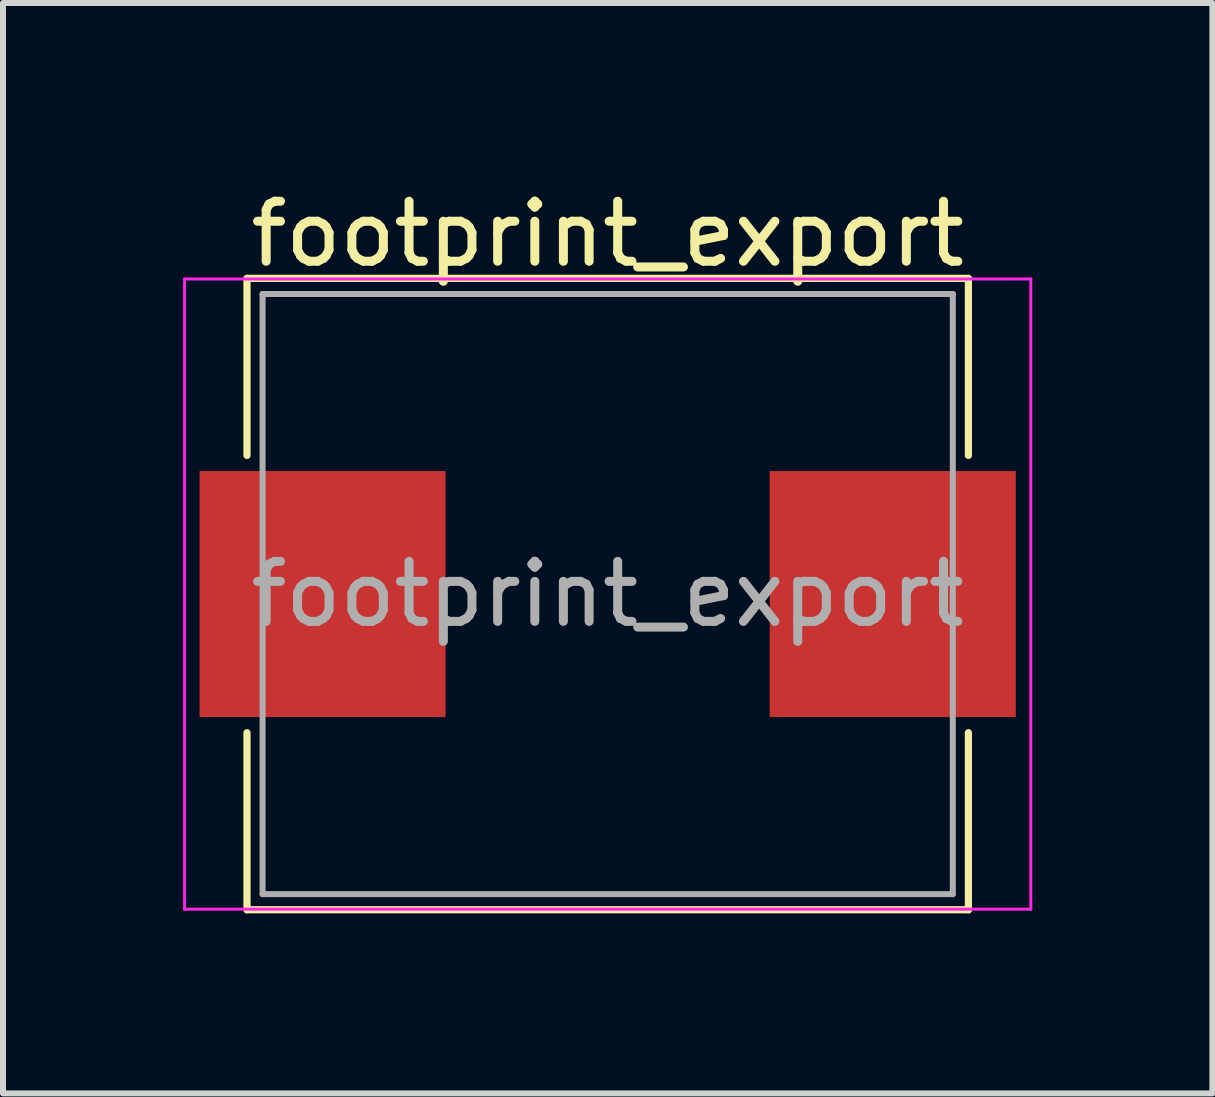
<source format=kicad_pcb>
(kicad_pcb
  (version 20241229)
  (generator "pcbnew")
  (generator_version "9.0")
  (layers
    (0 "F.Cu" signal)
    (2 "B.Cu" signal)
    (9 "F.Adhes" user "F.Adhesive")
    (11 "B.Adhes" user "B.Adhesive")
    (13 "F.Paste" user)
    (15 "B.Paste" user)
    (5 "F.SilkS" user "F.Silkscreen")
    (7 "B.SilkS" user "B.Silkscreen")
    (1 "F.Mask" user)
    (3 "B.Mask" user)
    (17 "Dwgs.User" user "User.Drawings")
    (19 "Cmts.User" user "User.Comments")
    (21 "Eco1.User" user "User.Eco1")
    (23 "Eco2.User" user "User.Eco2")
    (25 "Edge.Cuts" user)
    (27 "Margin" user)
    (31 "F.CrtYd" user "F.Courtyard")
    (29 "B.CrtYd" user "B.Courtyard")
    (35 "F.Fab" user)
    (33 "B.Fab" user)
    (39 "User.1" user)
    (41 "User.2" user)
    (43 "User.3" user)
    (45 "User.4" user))
  (footprint "footprint_export"
    (layer "F.Cu")
    (at 7.075 6.848)
    (property "Reference" "footprint_export" (at 0 -6 0) (layer "F.SilkS") (effects (font (size 1 1) (thickness 0.15))))
    (attr smd)
    (fp_line (start -6.01 -5.26) (end -6.01 -2.31) (stroke (width 0.12) (type solid)) (layer "F.SilkS"))
    (fp_line (start -6.01 -5.26) (end 6.01 -5.26) (stroke (width 0.12) (type solid)) (layer "F.SilkS"))
    (fp_line (start -6.01 5.26) (end -6.01 2.31) (stroke (width 0.12) (type solid)) (layer "F.SilkS"))
    (fp_line (start -6.01 5.26) (end 6.01 5.26) (stroke (width 0.12) (type solid)) (layer "F.SilkS"))
    (fp_line (start 6.01 -5.26) (end 6.01 -2.31) (stroke (width 0.12) (type solid)) (layer "F.SilkS"))
    (fp_line (start 6.01 5.26) (end 6.01 2.31) (stroke (width 0.12) (type solid)) (layer "F.SilkS"))
    (fp_line (start -7.05 -5.25) (end -7.05 5.25) (stroke (width 0.05) (type solid)) (layer "F.CrtYd"))
    (fp_line (start -7.05 5.25) (end 7.05 5.25) (stroke (width 0.05) (type solid)) (layer "F.CrtYd"))
    (fp_line (start 7.05 -5.25) (end -7.05 -5.25) (stroke (width 0.05) (type solid)) (layer "F.CrtYd"))
    (fp_line (start 7.05 5.25) (end 7.05 -5.25) (stroke (width 0.05) (type solid)) (layer "F.CrtYd"))
    (fp_line (start -5.75 -5) (end -5.75 5) (stroke (width 0.1) (type solid)) (layer "F.Fab"))
    (fp_line (start -5.75 5) (end 5.75 5) (stroke (width 0.1) (type solid)) (layer "F.Fab"))
    (fp_line (start 5.75 -5) (end -5.75 -5) (stroke (width 0.1) (type solid)) (layer "F.Fab"))
    (fp_line (start 5.75 5) (end 5.75 -5) (stroke (width 0.1) (type solid)) (layer "F.Fab"))
    (fp_text user "${REFERENCE}" (at 0 0 0) (layer "F.Fab") (effects (font (size 1 1) (thickness 0.15))))
    (pad "1" smd rect (at -4.75 0) (size 4.1 4.1) (layers "F.Cu" "F.Mask" "F.Paste"))
    (pad "2" smd rect (at 4.75 0) (size 4.1 4.1) (layers "F.Cu" "F.Mask" "F.Paste")))
  (gr_rect
    (start -3 -3)
    (end 17.15 15.168)
    (stroke (width 0.1) (type default))
    (fill no)
    (layer "Edge.Cuts")))
</source>
